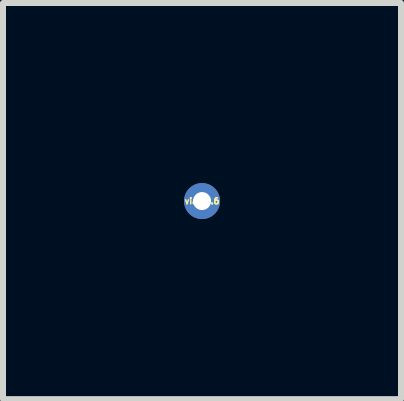
<source format=kicad_pcb>
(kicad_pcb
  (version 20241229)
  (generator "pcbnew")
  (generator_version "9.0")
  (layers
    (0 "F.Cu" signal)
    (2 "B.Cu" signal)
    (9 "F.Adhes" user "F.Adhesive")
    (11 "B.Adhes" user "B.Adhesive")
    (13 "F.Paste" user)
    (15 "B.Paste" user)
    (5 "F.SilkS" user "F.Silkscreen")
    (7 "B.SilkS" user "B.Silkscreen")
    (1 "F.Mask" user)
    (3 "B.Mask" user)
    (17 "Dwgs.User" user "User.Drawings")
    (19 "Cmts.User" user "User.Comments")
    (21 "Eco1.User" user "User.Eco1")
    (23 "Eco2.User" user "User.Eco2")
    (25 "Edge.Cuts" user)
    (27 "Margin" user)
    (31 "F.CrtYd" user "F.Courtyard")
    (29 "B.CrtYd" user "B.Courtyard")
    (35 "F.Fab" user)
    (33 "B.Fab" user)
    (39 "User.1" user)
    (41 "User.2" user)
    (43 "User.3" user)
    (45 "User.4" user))
  (footprint "via-0.6"
    (layer "F.Cu")
    (at 0.316 0.3)
    (property "Reference" "via-0.6" (at 0 0 0) (layer "F.SilkS") (effects (font (size 0.1 0.1) (thickness 0.025))))
    (attr through_hole)
    (pad "1" thru_hole circle (at 0 0) (size 0.6 0.6) (drill 0.3) (layers "*.Cu")))
  (gr_rect
    (start -3 -3)
    (end 3.631 3.6)
    (stroke (width 0.1) (type default))
    (fill no)
    (layer "Edge.Cuts")))
</source>
